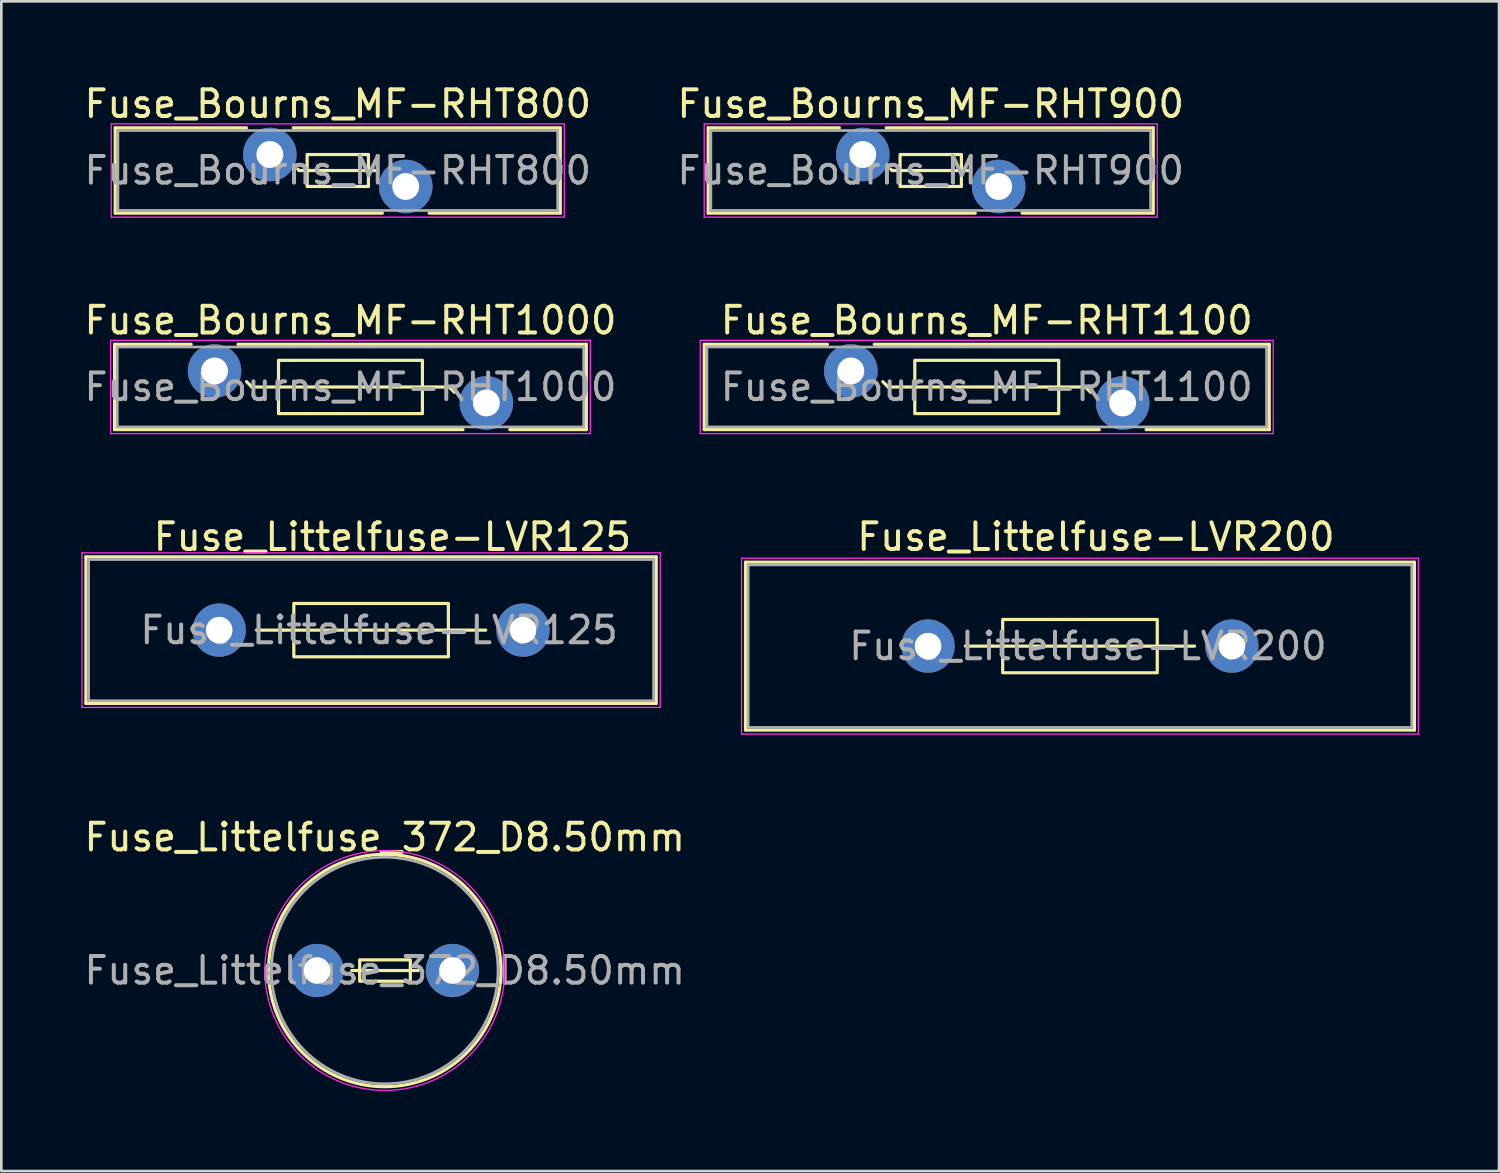
<source format=kicad_pcb>
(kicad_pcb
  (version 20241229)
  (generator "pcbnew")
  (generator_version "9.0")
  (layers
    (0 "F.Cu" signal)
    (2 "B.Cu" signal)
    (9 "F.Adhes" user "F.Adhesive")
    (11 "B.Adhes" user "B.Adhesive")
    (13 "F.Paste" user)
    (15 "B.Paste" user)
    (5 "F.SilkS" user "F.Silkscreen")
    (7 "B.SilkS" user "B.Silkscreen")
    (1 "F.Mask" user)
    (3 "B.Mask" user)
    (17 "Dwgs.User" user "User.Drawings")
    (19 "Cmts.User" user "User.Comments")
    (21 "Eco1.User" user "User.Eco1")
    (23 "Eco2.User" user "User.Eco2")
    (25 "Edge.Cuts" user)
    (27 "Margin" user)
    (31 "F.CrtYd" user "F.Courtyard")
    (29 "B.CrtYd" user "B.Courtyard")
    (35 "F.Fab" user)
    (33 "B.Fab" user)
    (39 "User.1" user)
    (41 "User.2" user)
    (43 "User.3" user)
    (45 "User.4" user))
  (footprint "Fuse_Bourns_MF-RHT800"
    (layer "F.Cu")
    (at 7.075 2.748)
    (property "Reference" "Fuse_Bourns_MF-RHT800" (at 2.55 -1.9 0) (layer "F.SilkS") (effects (font (size 1 1) (thickness 0.15))))
    (fp_line (start -5.8 -1) (end -5.8 2.2) (stroke (width 0.12) (type solid)) (layer "F.SilkS"))
    (fp_line (start -5.8 -1) (end -0.879 -1) (stroke (width 0.12) (type solid)) (layer "F.SilkS"))
    (fp_line (start -5.8 2.2) (end 4.222 2.2) (stroke (width 0.12) (type solid)) (layer "F.SilkS"))
    (fp_line (start 0.879 -1) (end 10.9 -1) (stroke (width 0.12) (type solid)) (layer "F.SilkS"))
    (fp_line (start 1.1 0.6) (end 1.05 0.55) (stroke (width 0.12) (type solid)) (layer "F.SilkS"))
    (fp_line (start 4 0.6) (end 1.1 0.6) (stroke (width 0.12) (type solid)) (layer "F.SilkS"))
    (fp_line (start 4 0.6) (end 4.05 0.65) (stroke (width 0.12) (type solid)) (layer "F.SilkS"))
    (fp_line (start 5.979 2.2) (end 10.9 2.2) (stroke (width 0.12) (type solid)) (layer "F.SilkS"))
    (fp_line (start 10.9 -1) (end 10.9 2.2) (stroke (width 0.12) (type solid)) (layer "F.SilkS"))
    (fp_rect (start 1.4 0) (end 3.7 1.2) (stroke (width 0.12) (type solid)) (fill no) (layer "F.SilkS"))
    (fp_line (start -5.95 -1.15) (end -5.95 2.35) (stroke (width 0.05) (type solid)) (layer "F.CrtYd"))
    (fp_line (start -5.95 2.35) (end 11.05 2.35) (stroke (width 0.05) (type solid)) (layer "F.CrtYd"))
    (fp_line (start 11.05 -1.15) (end -5.95 -1.15) (stroke (width 0.05) (type solid)) (layer "F.CrtYd"))
    (fp_line (start 11.05 2.35) (end 11.05 -1.15) (stroke (width 0.05) (type solid)) (layer "F.CrtYd"))
    (fp_line (start -5.7 -0.9) (end -5.7 2.1) (stroke (width 0.1) (type solid)) (layer "F.Fab"))
    (fp_line (start -5.7 2.1) (end 10.8 2.1) (stroke (width 0.1) (type solid)) (layer "F.Fab"))
    (fp_line (start 10.8 -0.9) (end -5.7 -0.9) (stroke (width 0.1) (type solid)) (layer "F.Fab"))
    (fp_line (start 10.8 2.1) (end 10.8 -0.9) (stroke (width 0.1) (type solid)) (layer "F.Fab"))
    (fp_text user "${REFERENCE}" (at 2.55 0.6 0) (layer "F.Fab") (effects (font (size 1 1) (thickness 0.15))))
    (pad "1" thru_hole circle (at 0 0) (size 2.01 2.01) (drill 1.01) (layers "*.Cu" "*.Mask"))
    (pad "2" thru_hole circle (at 5.1 1.2) (size 2.01 2.01) (drill 1.01) (layers "*.Cu" "*.Mask")))
  (footprint "Fuse_Littelfuse-LVR200"
    (layer "F.Cu")
    (at 31.775 21.195)
    (property "Reference" "Fuse_Littelfuse-LVR200" (at 6.3 -4.1 0) (layer "F.SilkS") (effects (font (size 1 1) (thickness 0.15))))
    (fp_line (start -6.85 -3.15) (end -6.85 3.15) (stroke (width 0.12) (type solid)) (layer "F.SilkS"))
    (fp_line (start -6.85 -3.15) (end 18.25 -3.15) (stroke (width 0.12) (type solid)) (layer "F.SilkS"))
    (fp_line (start 1.4 0) (end 2.4 0) (stroke (width 0.12) (type solid)) (layer "F.SilkS"))
    (fp_line (start 2.4 0) (end 10 0) (stroke (width 0.12) (type solid)) (layer "F.SilkS"))
    (fp_line (start 18.25 3.15) (end -6.85 3.15) (stroke (width 0.12) (type solid)) (layer "F.SilkS"))
    (fp_line (start 18.25 3.15) (end 18.25 -3.15) (stroke (width 0.12) (type solid)) (layer "F.SilkS"))
    (fp_rect (start 2.8 -1) (end 8.6 1) (stroke (width 0.12) (type solid)) (fill no) (layer "F.SilkS"))
    (fp_line (start -7 -3.3) (end -7 3.3) (stroke (width 0.05) (type solid)) (layer "F.CrtYd"))
    (fp_line (start -7 -3.3) (end 18.4 -3.3) (stroke (width 0.05) (type solid)) (layer "F.CrtYd"))
    (fp_line (start 18.4 3.3) (end -7 3.3) (stroke (width 0.05) (type solid)) (layer "F.CrtYd"))
    (fp_line (start 18.4 3.3) (end 18.4 -3.3) (stroke (width 0.05) (type solid)) (layer "F.CrtYd"))
    (fp_line (start -6.75 -3.05) (end -6.75 3.05) (stroke (width 0.1) (type solid)) (layer "F.Fab"))
    (fp_line (start -6.75 3.05) (end 18.15 3.05) (stroke (width 0.1) (type solid)) (layer "F.Fab"))
    (fp_line (start 18.15 -3.05) (end -6.75 -3.05) (stroke (width 0.1) (type solid)) (layer "F.Fab"))
    (fp_line (start 18.15 3.05) (end 18.15 -3.05) (stroke (width 0.1) (type solid)) (layer "F.Fab"))
    (fp_text user "${REFERENCE}" (at 6 0 0) (layer "F.Fab") (effects (font (size 1 1) (thickness 0.15))))
    (pad "1" thru_hole circle (at 0 0) (size 2 2) (drill 1) (layers "*.Cu" "*.Mask"))
    (pad "2" thru_hole circle (at 11.4 0) (size 2 2) (drill 1) (layers "*.Cu" "*.Mask")))
  (footprint "Fuse_Littelfuse_372_D8.50mm"
    (layer "F.Cu")
    (at 8.847 33.368)
    (property "Reference" "Fuse_Littelfuse_372_D8.50mm" (at 2.54 -5 0) (layer "F.SilkS") (effects (font (size 1 1) (thickness 0.15))))
    (fp_line (start 3.8 0) (end 1.3 0) (stroke (width 0.12) (type solid)) (layer "F.SilkS"))
    (fp_rect (start 1.6 -0.4) (end 3.5 0.4) (stroke (width 0.12) (type solid)) (fill no) (layer "F.SilkS"))
    (fp_circle (center 2.54 0) (end 6.9 0) (stroke (width 0.12) (type solid)) (fill no) (layer "F.SilkS"))
    (fp_circle (center 2.54 0) (end 7.04 0) (stroke (width 0.05) (type solid)) (fill no) (layer "F.CrtYd"))
    (fp_circle (center 2.54 0) (end 6.79 0) (stroke (width 0.1) (type solid)) (fill no) (layer "F.Fab"))
    (fp_text user "${REFERENCE}" (at 2.54 0 0) (layer "F.Fab") (effects (font (size 1 1) (thickness 0.15))))
    (pad "1" thru_hole circle (at 0 0) (size 2 2) (drill 1) (layers "*.Cu" "*.Mask"))
    (pad "2" thru_hole circle (at 5.08 0) (size 2 2) (drill 1) (layers "*.Cu" "*.Mask")))
  (footprint "Fuse_Littelfuse-LVR125"
    (layer "F.Cu")
    (at 5.175 20.595)
    (property "Reference" "Fuse_Littelfuse-LVR125" (at 6.5 -3.5 0) (layer "F.SilkS") (effects (font (size 1 1) (thickness 0.15))))
    (fp_line (start -5 -2.75) (end -5 2.75) (stroke (width 0.12) (type solid)) (layer "F.SilkS"))
    (fp_line (start -5 -2.75) (end 16.4 -2.75) (stroke (width 0.12) (type solid)) (layer "F.SilkS"))
    (fp_line (start 1.4 0) (end 2.4 0) (stroke (width 0.12) (type solid)) (layer "F.SilkS"))
    (fp_line (start 2.4 0) (end 10 0) (stroke (width 0.12) (type solid)) (layer "F.SilkS"))
    (fp_line (start 16.4 2.75) (end -5 2.75) (stroke (width 0.12) (type solid)) (layer "F.SilkS"))
    (fp_line (start 16.4 2.75) (end 16.4 -2.75) (stroke (width 0.12) (type solid)) (layer "F.SilkS"))
    (fp_rect (start 2.8 -1) (end 8.6 1) (stroke (width 0.12) (type solid)) (fill no) (layer "F.SilkS"))
    (fp_line (start -5.15 -2.9) (end -5.15 2.9) (stroke (width 0.05) (type solid)) (layer "F.CrtYd"))
    (fp_line (start -5.15 -2.9) (end 16.55 -2.9) (stroke (width 0.05) (type solid)) (layer "F.CrtYd"))
    (fp_line (start 16.55 2.9) (end -5.15 2.9) (stroke (width 0.05) (type solid)) (layer "F.CrtYd"))
    (fp_line (start 16.55 2.9) (end 16.55 -2.9) (stroke (width 0.05) (type solid)) (layer "F.CrtYd"))
    (fp_line (start -4.9 -2.65) (end -4.9 2.65) (stroke (width 0.1) (type solid)) (layer "F.Fab"))
    (fp_line (start -4.9 2.65) (end 16.3 2.65) (stroke (width 0.1) (type solid)) (layer "F.Fab"))
    (fp_line (start 16.3 -2.65) (end -4.9 -2.65) (stroke (width 0.1) (type solid)) (layer "F.Fab"))
    (fp_line (start 16.3 2.65) (end 16.3 -2.65) (stroke (width 0.1) (type solid)) (layer "F.Fab"))
    (fp_text user "${REFERENCE}" (at 6 0 0) (layer "F.Fab") (effects (font (size 1 1) (thickness 0.15))))
    (pad "1" thru_hole circle (at 0 0) (size 2 2) (drill 1) (layers "*.Cu" "*.Mask"))
    (pad "2" thru_hole circle (at 11.4 0) (size 2 2) (drill 1) (layers "*.Cu" "*.Mask")))
  (footprint "Fuse_Bourns_MF-RHT1100"
    (layer "F.Cu")
    (at 28.877 10.871)
    (property "Reference" "Fuse_Bourns_MF-RHT1100" (at 5.1 -1.9 0) (layer "F.SilkS") (effects (font (size 1 1) (thickness 0.15))))
    (fp_line (start -5.5 -1) (end -5.5 2.2) (stroke (width 0.12) (type solid)) (layer "F.SilkS"))
    (fp_line (start -5.5 -1) (end -0.879 -1) (stroke (width 0.12) (type solid)) (layer "F.SilkS"))
    (fp_line (start -5.5 2.2) (end 9.322 2.2) (stroke (width 0.12) (type solid)) (layer "F.SilkS"))
    (fp_line (start 0.879 -1) (end 15.7 -1) (stroke (width 0.12) (type solid)) (layer "F.SilkS"))
    (fp_line (start 1.4 0.6) (end 1.2 0.4) (stroke (width 0.12) (type solid)) (layer "F.SilkS"))
    (fp_line (start 1.4 0.6) (end 8.8 0.6) (stroke (width 0.12) (type solid)) (layer "F.SilkS"))
    (fp_line (start 8.8 0.6) (end 9 0.8) (stroke (width 0.12) (type solid)) (layer "F.SilkS"))
    (fp_line (start 11.079 2.2) (end 15.7 2.2) (stroke (width 0.12) (type solid)) (layer "F.SilkS"))
    (fp_line (start 15.7 -1) (end 15.7 2.2) (stroke (width 0.12) (type solid)) (layer "F.SilkS"))
    (fp_rect (start 2.4 -0.4) (end 7.8 1.6) (stroke (width 0.12) (type solid)) (fill no) (layer "F.SilkS"))
    (fp_line (start -5.65 -1.15) (end -5.65 2.35) (stroke (width 0.05) (type solid)) (layer "F.CrtYd"))
    (fp_line (start -5.65 2.35) (end 15.85 2.35) (stroke (width 0.05) (type solid)) (layer "F.CrtYd"))
    (fp_line (start 15.85 -1.15) (end -5.65 -1.15) (stroke (width 0.05) (type solid)) (layer "F.CrtYd"))
    (fp_line (start 15.85 2.35) (end 15.85 -1.15) (stroke (width 0.05) (type solid)) (layer "F.CrtYd"))
    (fp_line (start -5.4 -0.9) (end -5.4 2.1) (stroke (width 0.1) (type solid)) (layer "F.Fab"))
    (fp_line (start -5.4 2.1) (end 15.6 2.1) (stroke (width 0.1) (type solid)) (layer "F.Fab"))
    (fp_line (start 15.6 -0.9) (end -5.4 -0.9) (stroke (width 0.1) (type solid)) (layer "F.Fab"))
    (fp_line (start 15.6 2.1) (end 15.6 -0.9) (stroke (width 0.1) (type solid)) (layer "F.Fab"))
    (fp_text user "${REFERENCE}" (at 5.1 0.6 0) (layer "F.Fab") (effects (font (size 1 1) (thickness 0.15))))
    (pad "1" thru_hole circle (at 0 0) (size 2.01 2.01) (drill 1.01) (layers "*.Cu" "*.Mask"))
    (pad "2" thru_hole circle (at 10.2 1.2) (size 2.01 2.01) (drill 1.01) (layers "*.Cu" "*.Mask")))
  (footprint "Fuse_Bourns_MF-RHT1000"
    (layer "F.Cu")
    (at 5.001 10.871)
    (property "Reference" "Fuse_Bourns_MF-RHT1000" (at 5.1 -1.9 0) (layer "F.SilkS") (effects (font (size 1 1) (thickness 0.15))))
    (fp_line (start -3.751 -1) (end -3.751 2.2) (stroke (width 0.12) (type solid)) (layer "F.SilkS"))
    (fp_line (start -3.751 -1) (end -0.879 -1) (stroke (width 0.12) (type solid)) (layer "F.SilkS"))
    (fp_line (start -3.751 2.2) (end 9.322 2.2) (stroke (width 0.12) (type solid)) (layer "F.SilkS"))
    (fp_line (start 0.879 -1) (end 13.95 -1) (stroke (width 0.12) (type solid)) (layer "F.SilkS"))
    (fp_line (start 1.4 0.6) (end 1.2 0.4) (stroke (width 0.12) (type solid)) (layer "F.SilkS"))
    (fp_line (start 1.4 0.6) (end 8.8 0.6) (stroke (width 0.12) (type solid)) (layer "F.SilkS"))
    (fp_line (start 8.8 0.6) (end 9 0.8) (stroke (width 0.12) (type solid)) (layer "F.SilkS"))
    (fp_line (start 11.079 2.2) (end 13.95 2.2) (stroke (width 0.12) (type solid)) (layer "F.SilkS"))
    (fp_line (start 13.95 -1) (end 13.95 2.2) (stroke (width 0.12) (type solid)) (layer "F.SilkS"))
    (fp_rect (start 2.4 -0.4) (end 7.8 1.6) (stroke (width 0.12) (type solid)) (fill no) (layer "F.SilkS"))
    (fp_line (start -3.9 -1.15) (end -3.9 2.35) (stroke (width 0.05) (type solid)) (layer "F.CrtYd"))
    (fp_line (start -3.9 2.35) (end 14.1 2.35) (stroke (width 0.05) (type solid)) (layer "F.CrtYd"))
    (fp_line (start 14.1 -1.15) (end -3.9 -1.15) (stroke (width 0.05) (type solid)) (layer "F.CrtYd"))
    (fp_line (start 14.1 2.35) (end 14.1 -1.15) (stroke (width 0.05) (type solid)) (layer "F.CrtYd"))
    (fp_line (start -3.65 -0.9) (end -3.65 2.1) (stroke (width 0.1) (type solid)) (layer "F.Fab"))
    (fp_line (start -3.65 2.1) (end 13.85 2.1) (stroke (width 0.1) (type solid)) (layer "F.Fab"))
    (fp_line (start 13.85 -0.9) (end -3.65 -0.9) (stroke (width 0.1) (type solid)) (layer "F.Fab"))
    (fp_line (start 13.85 2.1) (end 13.85 -0.9) (stroke (width 0.1) (type solid)) (layer "F.Fab"))
    (fp_text user "${REFERENCE}" (at 5.1 0.6 0) (layer "F.Fab") (effects (font (size 1 1) (thickness 0.15))))
    (pad "1" thru_hole circle (at 0 0) (size 2.01 2.01) (drill 1.01) (layers "*.Cu" "*.Mask"))
    (pad "2" thru_hole circle (at 10.2 1.2) (size 2.01 2.01) (drill 1.01) (layers "*.Cu" "*.Mask")))
  (footprint "Fuse_Bourns_MF-RHT900"
    (layer "F.Cu")
    (at 29.325 2.748)
    (property "Reference" "Fuse_Bourns_MF-RHT900" (at 2.55 -1.9 0) (layer "F.SilkS") (effects (font (size 1 1) (thickness 0.15))))
    (fp_line (start -5.8 -1) (end -5.8 2.2) (stroke (width 0.12) (type solid)) (layer "F.SilkS"))
    (fp_line (start -5.8 -1) (end -0.879 -1) (stroke (width 0.12) (type solid)) (layer "F.SilkS"))
    (fp_line (start -5.8 2.2) (end 4.222 2.2) (stroke (width 0.12) (type solid)) (layer "F.SilkS"))
    (fp_line (start 0.879 -1) (end 10.9 -1) (stroke (width 0.12) (type solid)) (layer "F.SilkS"))
    (fp_line (start 1.1 0.6) (end 1.05 0.55) (stroke (width 0.12) (type solid)) (layer "F.SilkS"))
    (fp_line (start 4 0.6) (end 1.1 0.6) (stroke (width 0.12) (type solid)) (layer "F.SilkS"))
    (fp_line (start 4 0.6) (end 4.05 0.65) (stroke (width 0.12) (type solid)) (layer "F.SilkS"))
    (fp_line (start 5.979 2.2) (end 10.9 2.2) (stroke (width 0.12) (type solid)) (layer "F.SilkS"))
    (fp_line (start 10.9 -1) (end 10.9 2.2) (stroke (width 0.12) (type solid)) (layer "F.SilkS"))
    (fp_rect (start 1.4 0) (end 3.7 1.2) (stroke (width 0.12) (type solid)) (fill no) (layer "F.SilkS"))
    (fp_line (start -5.95 -1.15) (end -5.95 2.35) (stroke (width 0.05) (type solid)) (layer "F.CrtYd"))
    (fp_line (start -5.95 2.35) (end 11.05 2.35) (stroke (width 0.05) (type solid)) (layer "F.CrtYd"))
    (fp_line (start 11.05 -1.15) (end -5.95 -1.15) (stroke (width 0.05) (type solid)) (layer "F.CrtYd"))
    (fp_line (start 11.05 2.35) (end 11.05 -1.15) (stroke (width 0.05) (type solid)) (layer "F.CrtYd"))
    (fp_line (start -5.7 -0.9) (end -5.7 2.1) (stroke (width 0.1) (type solid)) (layer "F.Fab"))
    (fp_line (start -5.7 2.1) (end 10.8 2.1) (stroke (width 0.1) (type solid)) (layer "F.Fab"))
    (fp_line (start 10.8 -0.9) (end -5.7 -0.9) (stroke (width 0.1) (type solid)) (layer "F.Fab"))
    (fp_line (start 10.8 2.1) (end 10.8 -0.9) (stroke (width 0.1) (type solid)) (layer "F.Fab"))
    (fp_text user "${REFERENCE}" (at 2.55 0.6 0) (layer "F.Fab") (effects (font (size 1 1) (thickness 0.15))))
    (pad "1" thru_hole circle (at 0 0) (size 2.01 2.01) (drill 1.01) (layers "*.Cu" "*.Mask"))
    (pad "2" thru_hole circle (at 5.1 1.2) (size 2.01 2.01) (drill 1.01) (layers "*.Cu" "*.Mask")))
  (gr_rect
    (start -3 -3)
    (end 53.2 40.893)
    (stroke (width 0.1) (type default))
    (fill no)
    (layer "Edge.Cuts")))
</source>
